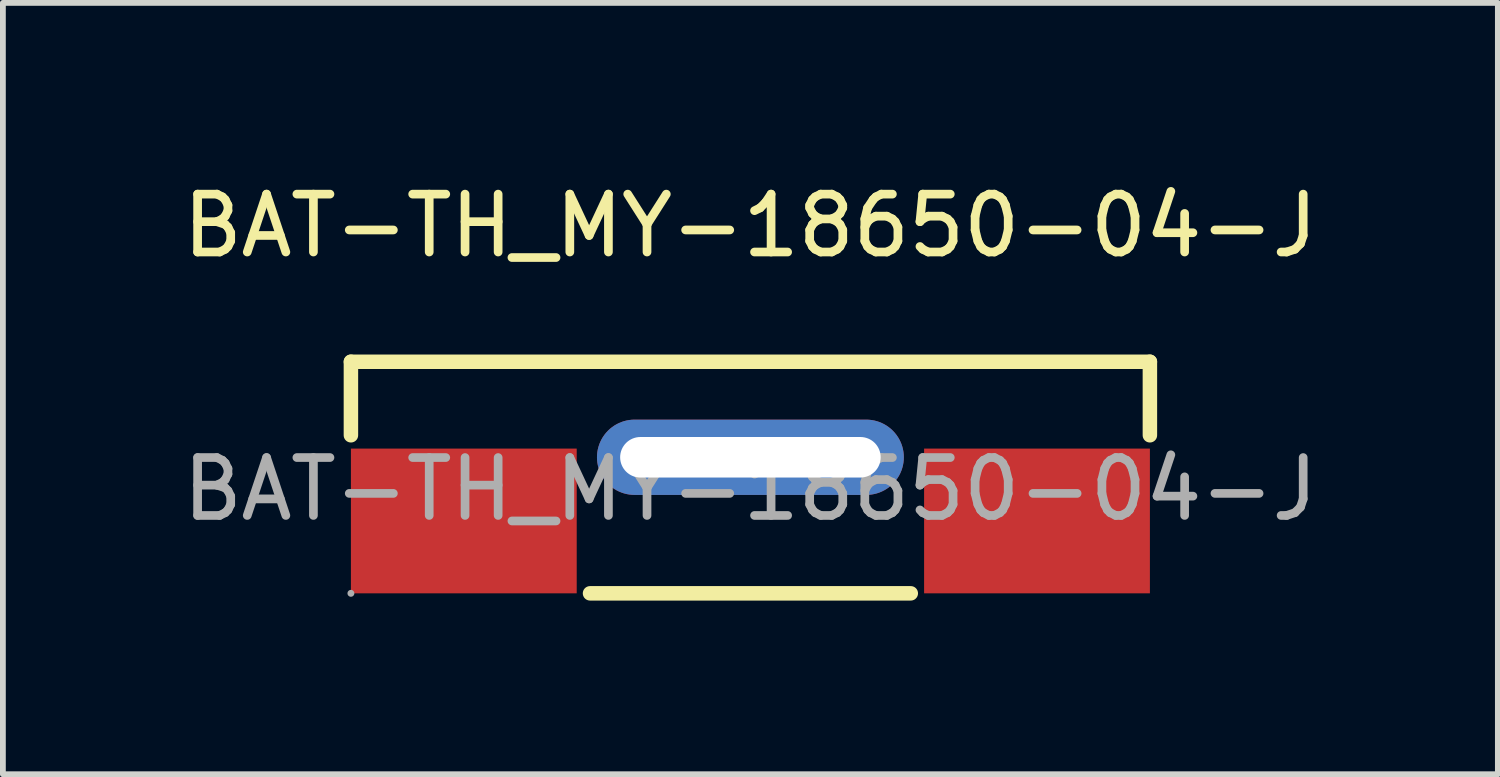
<source format=kicad_pcb>
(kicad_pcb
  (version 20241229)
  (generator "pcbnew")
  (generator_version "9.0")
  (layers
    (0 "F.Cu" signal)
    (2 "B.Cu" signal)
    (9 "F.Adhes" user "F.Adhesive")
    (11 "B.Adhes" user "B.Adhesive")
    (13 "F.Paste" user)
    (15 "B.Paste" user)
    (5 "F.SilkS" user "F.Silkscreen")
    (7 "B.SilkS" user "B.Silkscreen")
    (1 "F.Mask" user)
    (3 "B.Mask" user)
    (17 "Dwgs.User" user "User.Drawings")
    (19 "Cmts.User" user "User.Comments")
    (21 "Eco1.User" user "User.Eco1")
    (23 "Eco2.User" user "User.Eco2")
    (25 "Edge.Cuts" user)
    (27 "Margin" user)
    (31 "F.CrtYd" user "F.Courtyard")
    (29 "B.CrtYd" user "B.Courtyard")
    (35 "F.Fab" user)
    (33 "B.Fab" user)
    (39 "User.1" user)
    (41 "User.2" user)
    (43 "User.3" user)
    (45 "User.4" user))
  (footprint "BAT-TH_MY-18650-04-J"
    (layer "F.Cu")
    (at 9.911 5.398)
    (property "Reference" "BAT-TH_MY-18650-04-J" (at 0 -4.55 0) (layer "F.SilkS") (effects (font (size 1 1) (thickness 0.15))))
    (attr through_hole)
    (fp_line (start -6.9 -2.2) (end 6.9 -2.2) (stroke (width 0.25) (type solid)) (layer "F.SilkS"))
    (fp_line (start -6.9 -0.93) (end -6.9 -2.2) (stroke (width 0.25) (type solid)) (layer "F.SilkS"))
    (fp_line (start 2.77 1.8) (end -2.77 1.8) (stroke (width 0.25) (type solid)) (layer "F.SilkS"))
    (fp_line (start 6.9 -2.2) (end 6.9 -0.93) (stroke (width 0.25) (type solid)) (layer "F.SilkS"))
    (fp_circle (center -6.9 1.8) (end -6.87 1.8) (stroke (width 0.06) (type solid)) (fill no) (layer "F.Fab"))
    (fp_text user "${REFERENCE}" (at 0 0 0) (layer "F.Fab") (effects (font (size 1 1) (thickness 0.15))))
    (pad "1" smd rect (at -4.95 0.55 90) (size 2.5 3.9) (layers "F.Cu" "F.Mask" "F.Paste"))
    (pad "1" thru_hole oval (at 0 -0.55 90) (size 1.3 5.3) (drill oval 0.7 4.5) (layers "*.Cu" "*.Mask"))
    (pad "1" smd rect (at 4.95 0.55 90) (size 2.5 3.9) (layers "F.Cu" "F.Mask" "F.Paste")))
  (gr_rect
    (start -3 -3)
    (end 22.821 10.323)
    (stroke (width 0.1) (type default))
    (fill no)
    (layer "Edge.Cuts")))
</source>
